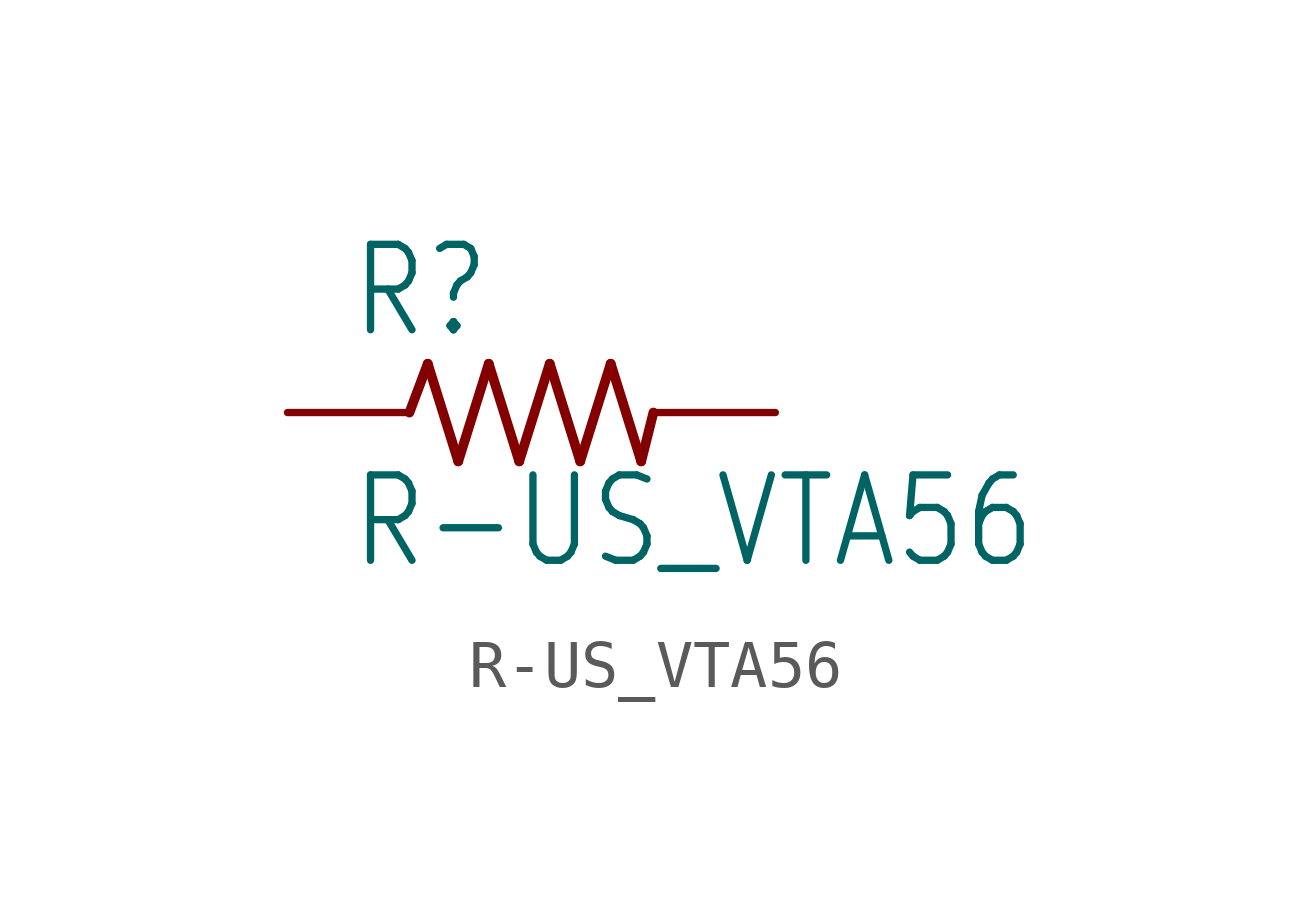
<source format=kicad_sym>
(kicad_symbol_lib
  (version 20220914)
  (generator kicad_symbol_editor)
  (symbol "R-US_VTA56"
    (property "Reference" "R"
      (at -3.81 1.499 0)
      (effects (font (size 1.778 1.511)) (justify left bottom)))
    (property "Value" "R-US_VTA56"
      (at -3.81 -3.302 0)
      (effects (font (size 1.778 1.511)) (justify left bottom)))
    (property "ki_locked" ""
      (at 0 0 0)
      (effects (font (size 1.27 1.27))))
    (symbol "R-US_VTA56_1_0"
      (polyline (pts (xy -2.54 0) (xy -2.159 1.016)) (stroke (width 0.203) (type default)) (fill (type none)))
      (polyline (pts (xy -2.159 1.016) (xy -1.524 -1.016)) (stroke (width 0.203) (type default)) (fill (type none)))
      (polyline (pts (xy -1.524 -1.016) (xy -0.889 1.016)) (stroke (width 0.203) (type default)) (fill (type none)))
      (polyline (pts (xy -0.889 1.016) (xy -0.254 -1.016)) (stroke (width 0.203) (type default)) (fill (type none)))
      (polyline (pts (xy -0.254 -1.016) (xy 0.381 1.016)) (stroke (width 0.203) (type default)) (fill (type none)))
      (polyline (pts (xy 0.381 1.016) (xy 1.016 -1.016)) (stroke (width 0.203) (type default)) (fill (type none)))
      (polyline (pts (xy 1.016 -1.016) (xy 1.651 1.016)) (stroke (width 0.203) (type default)) (fill (type none)))
      (polyline (pts (xy 1.651 1.016) (xy 2.286 -1.016)) (stroke (width 0.203) (type default)) (fill (type none)))
      (polyline (pts (xy 2.286 -1.016) (xy 2.54 0)) (stroke (width 0.203) (type default)) (fill (type none)))
      (pin passive line (at -5.08 0 0) (length 2.54) (name "1" (effects (font (size 0 0)))) (number "1" (effects (font (size 0 0)))))
      (pin passive line (at 5.08 0 180) (length 2.54) (name "2" (effects (font (size 0 0)))) (number "2" (effects (font (size 0 0))))))))
</source>
